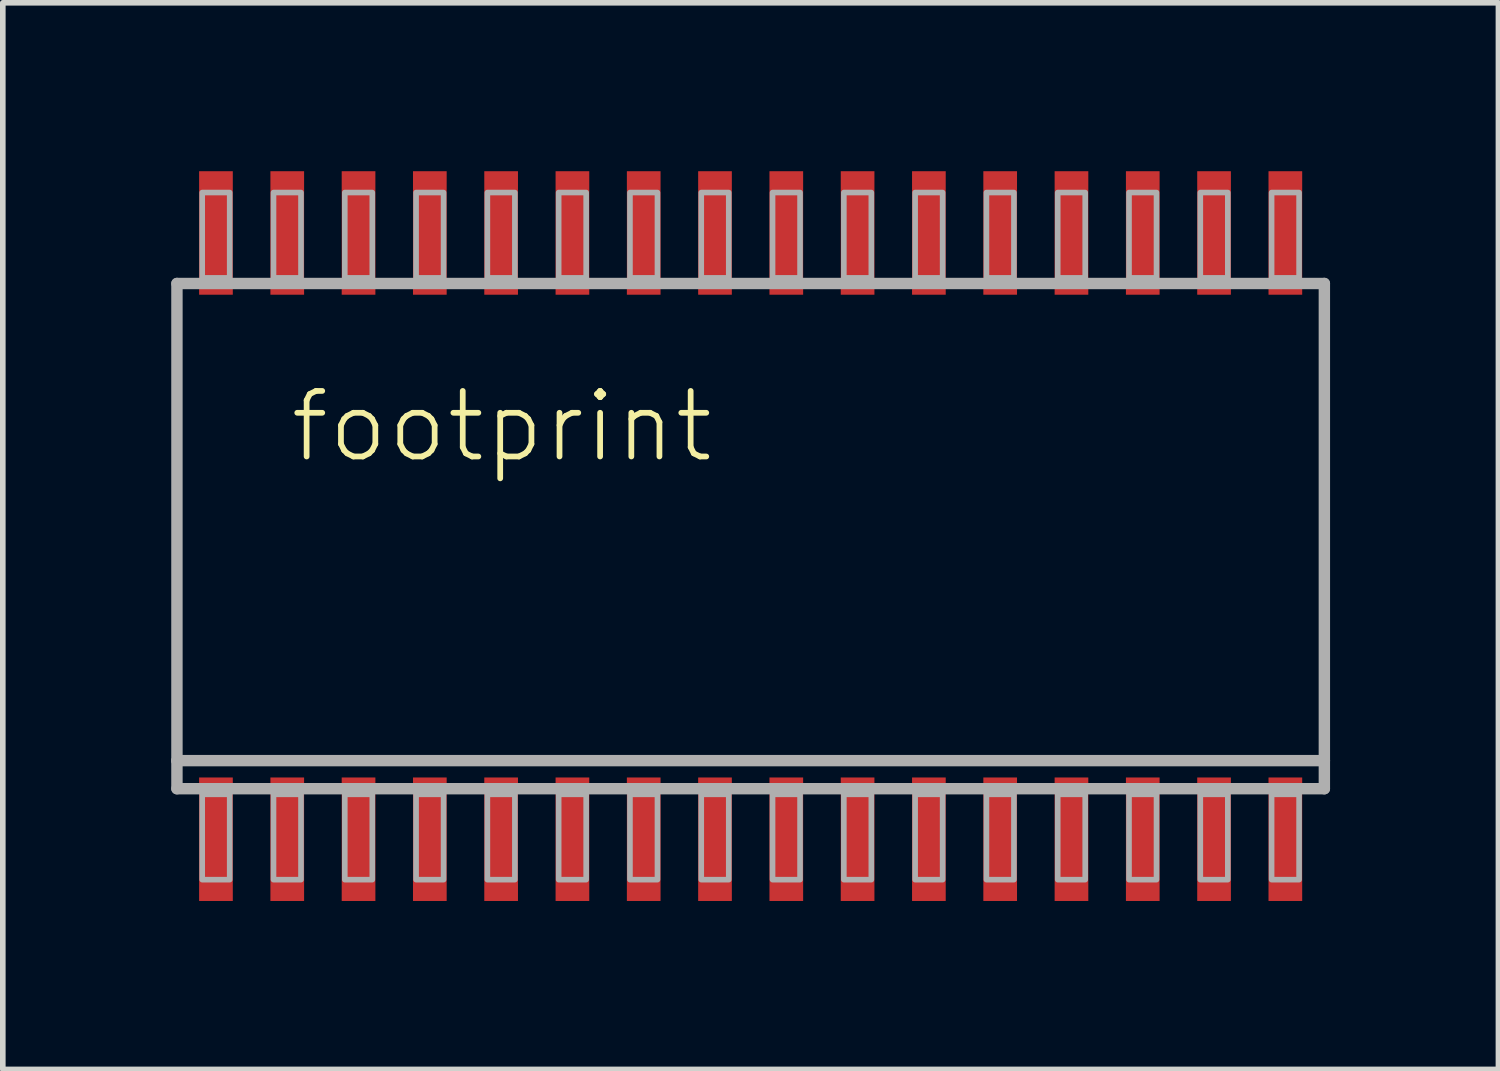
<source format=kicad_pcb>
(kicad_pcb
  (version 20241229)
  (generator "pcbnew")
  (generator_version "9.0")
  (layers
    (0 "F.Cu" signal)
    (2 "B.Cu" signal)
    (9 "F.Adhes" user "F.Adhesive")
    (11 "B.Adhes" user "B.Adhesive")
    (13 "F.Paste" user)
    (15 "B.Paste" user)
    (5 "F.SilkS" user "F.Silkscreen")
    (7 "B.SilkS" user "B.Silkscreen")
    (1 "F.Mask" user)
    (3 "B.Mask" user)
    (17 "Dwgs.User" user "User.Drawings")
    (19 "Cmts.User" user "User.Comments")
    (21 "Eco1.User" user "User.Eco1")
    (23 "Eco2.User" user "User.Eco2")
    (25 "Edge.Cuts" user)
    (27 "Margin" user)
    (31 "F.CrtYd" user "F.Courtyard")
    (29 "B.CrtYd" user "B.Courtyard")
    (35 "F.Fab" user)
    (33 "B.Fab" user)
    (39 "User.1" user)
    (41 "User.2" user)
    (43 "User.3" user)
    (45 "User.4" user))
  (footprint "footprint"
    (layer "F.Cu")
    (at 10.322 6.5)
    (property "Reference" "footprint" (at -8.255 -1.27 0) (layer "F.SilkS") (effects (font (size 1.168 1.168) (thickness 0.102)) (justify left bottom)))
    (fp_line (start -10.22 -4.5) (end 10.22 -4.5) (stroke (width 0.203) (type solid)) (layer "F.Fab"))
    (fp_line (start -10.22 4) (end -10.22 -4.5) (stroke (width 0.203) (type solid)) (layer "F.Fab"))
    (fp_line (start -10.22 4.5) (end -10.22 4) (stroke (width 0.203) (type solid)) (layer "F.Fab"))
    (fp_line (start 10.22 -4.5) (end 10.22 4) (stroke (width 0.203) (type solid)) (layer "F.Fab"))
    (fp_line (start 10.22 4) (end -10.22 4) (stroke (width 0.203) (type solid)) (layer "F.Fab"))
    (fp_line (start 10.22 4) (end 10.22 4.5) (stroke (width 0.203) (type solid)) (layer "F.Fab"))
    (fp_line (start 10.22 4.5) (end -10.22 4.5) (stroke (width 0.203) (type solid)) (layer "F.Fab"))
    (fp_poly (pts (xy -9.77 -4.6) (xy -9.28 -4.6) (xy -9.28 -6.12) (xy -9.77 -6.12)) (stroke (width 0.1) (type solid)) (fill no) (layer "F.Fab"))
    (fp_poly (pts (xy -9.77 6.12) (xy -9.28 6.12) (xy -9.28 4.6) (xy -9.77 4.6)) (stroke (width 0.1) (type solid)) (fill no) (layer "F.Fab"))
    (fp_poly (pts (xy -8.5 -4.6) (xy -8.01 -4.6) (xy -8.01 -6.12) (xy -8.5 -6.12)) (stroke (width 0.1) (type solid)) (fill no) (layer "F.Fab"))
    (fp_poly (pts (xy -8.5 6.12) (xy -8.01 6.12) (xy -8.01 4.6) (xy -8.5 4.6)) (stroke (width 0.1) (type solid)) (fill no) (layer "F.Fab"))
    (fp_poly (pts (xy -7.23 -4.6) (xy -6.74 -4.6) (xy -6.74 -6.12) (xy -7.23 -6.12)) (stroke (width 0.1) (type solid)) (fill no) (layer "F.Fab"))
    (fp_poly (pts (xy -7.23 6.12) (xy -6.74 6.12) (xy -6.74 4.6) (xy -7.23 4.6)) (stroke (width 0.1) (type solid)) (fill no) (layer "F.Fab"))
    (fp_poly (pts (xy -5.96 -4.6) (xy -5.47 -4.6) (xy -5.47 -6.12) (xy -5.96 -6.12)) (stroke (width 0.1) (type solid)) (fill no) (layer "F.Fab"))
    (fp_poly (pts (xy -5.96 6.12) (xy -5.47 6.12) (xy -5.47 4.6) (xy -5.96 4.6)) (stroke (width 0.1) (type solid)) (fill no) (layer "F.Fab"))
    (fp_poly (pts (xy -4.69 -4.6) (xy -4.2 -4.6) (xy -4.2 -6.12) (xy -4.69 -6.12)) (stroke (width 0.1) (type solid)) (fill no) (layer "F.Fab"))
    (fp_poly (pts (xy -4.69 6.12) (xy -4.2 6.12) (xy -4.2 4.6) (xy -4.69 4.6)) (stroke (width 0.1) (type solid)) (fill no) (layer "F.Fab"))
    (fp_poly (pts (xy -3.42 -4.6) (xy -2.93 -4.6) (xy -2.93 -6.12) (xy -3.42 -6.12)) (stroke (width 0.1) (type solid)) (fill no) (layer "F.Fab"))
    (fp_poly (pts (xy -3.42 6.12) (xy -2.93 6.12) (xy -2.93 4.6) (xy -3.42 4.6)) (stroke (width 0.1) (type solid)) (fill no) (layer "F.Fab"))
    (fp_poly (pts (xy -2.15 -4.6) (xy -1.66 -4.6) (xy -1.66 -6.12) (xy -2.15 -6.12)) (stroke (width 0.1) (type solid)) (fill no) (layer "F.Fab"))
    (fp_poly (pts (xy -2.15 6.12) (xy -1.66 6.12) (xy -1.66 4.6) (xy -2.15 4.6)) (stroke (width 0.1) (type solid)) (fill no) (layer "F.Fab"))
    (fp_poly (pts (xy -0.88 -4.6) (xy -0.39 -4.6) (xy -0.39 -6.12) (xy -0.88 -6.12)) (stroke (width 0.1) (type solid)) (fill no) (layer "F.Fab"))
    (fp_poly (pts (xy -0.88 6.12) (xy -0.39 6.12) (xy -0.39 4.6) (xy -0.88 4.6)) (stroke (width 0.1) (type solid)) (fill no) (layer "F.Fab"))
    (fp_poly (pts (xy 0.39 -4.6) (xy 0.88 -4.6) (xy 0.88 -6.12) (xy 0.39 -6.12)) (stroke (width 0.1) (type solid)) (fill no) (layer "F.Fab"))
    (fp_poly (pts (xy 0.39 6.12) (xy 0.88 6.12) (xy 0.88 4.6) (xy 0.39 4.6)) (stroke (width 0.1) (type solid)) (fill no) (layer "F.Fab"))
    (fp_poly (pts (xy 1.66 -4.6) (xy 2.15 -4.6) (xy 2.15 -6.12) (xy 1.66 -6.12)) (stroke (width 0.1) (type solid)) (fill no) (layer "F.Fab"))
    (fp_poly (pts (xy 1.66 6.12) (xy 2.15 6.12) (xy 2.15 4.6) (xy 1.66 4.6)) (stroke (width 0.1) (type solid)) (fill no) (layer "F.Fab"))
    (fp_poly (pts (xy 2.93 -4.6) (xy 3.42 -4.6) (xy 3.42 -6.12) (xy 2.93 -6.12)) (stroke (width 0.1) (type solid)) (fill no) (layer "F.Fab"))
    (fp_poly (pts (xy 2.93 6.12) (xy 3.42 6.12) (xy 3.42 4.6) (xy 2.93 4.6)) (stroke (width 0.1) (type solid)) (fill no) (layer "F.Fab"))
    (fp_poly (pts (xy 4.2 -4.6) (xy 4.69 -4.6) (xy 4.69 -6.12) (xy 4.2 -6.12)) (stroke (width 0.1) (type solid)) (fill no) (layer "F.Fab"))
    (fp_poly (pts (xy 4.2 6.12) (xy 4.69 6.12) (xy 4.69 4.6) (xy 4.2 4.6)) (stroke (width 0.1) (type solid)) (fill no) (layer "F.Fab"))
    (fp_poly (pts (xy 5.47 -4.6) (xy 5.96 -4.6) (xy 5.96 -6.12) (xy 5.47 -6.12)) (stroke (width 0.1) (type solid)) (fill no) (layer "F.Fab"))
    (fp_poly (pts (xy 5.47 6.12) (xy 5.96 6.12) (xy 5.96 4.6) (xy 5.47 4.6)) (stroke (width 0.1) (type solid)) (fill no) (layer "F.Fab"))
    (fp_poly (pts (xy 6.74 -4.6) (xy 7.23 -4.6) (xy 7.23 -6.12) (xy 6.74 -6.12)) (stroke (width 0.1) (type solid)) (fill no) (layer "F.Fab"))
    (fp_poly (pts (xy 6.74 6.12) (xy 7.23 6.12) (xy 7.23 4.6) (xy 6.74 4.6)) (stroke (width 0.1) (type solid)) (fill no) (layer "F.Fab"))
    (fp_poly (pts (xy 8.01 -4.6) (xy 8.5 -4.6) (xy 8.5 -6.12) (xy 8.01 -6.12)) (stroke (width 0.1) (type solid)) (fill no) (layer "F.Fab"))
    (fp_poly (pts (xy 8.01 6.12) (xy 8.5 6.12) (xy 8.5 4.6) (xy 8.01 4.6)) (stroke (width 0.1) (type solid)) (fill no) (layer "F.Fab"))
    (fp_poly (pts (xy 9.28 -4.6) (xy 9.77 -4.6) (xy 9.77 -6.12) (xy 9.28 -6.12)) (stroke (width 0.1) (type solid)) (fill no) (layer "F.Fab"))
    (fp_poly (pts (xy 9.28 6.12) (xy 9.77 6.12) (xy 9.77 4.6) (xy 9.28 4.6)) (stroke (width 0.1) (type solid)) (fill no) (layer "F.Fab"))
    (pad "1" smd rect (at -9.525 5.4) (size 0.6 2.2) (layers "F.Cu" "F.Mask" "F.Paste"))
    (pad "2" smd rect (at -8.255 5.4) (size 0.6 2.2) (layers "F.Cu" "F.Mask" "F.Paste"))
    (pad "3" smd rect (at -6.985 5.4) (size 0.6 2.2) (layers "F.Cu" "F.Mask" "F.Paste"))
    (pad "4" smd rect (at -5.715 5.4) (size 0.6 2.2) (layers "F.Cu" "F.Mask" "F.Paste"))
    (pad "5" smd rect (at -4.445 5.4) (size 0.6 2.2) (layers "F.Cu" "F.Mask" "F.Paste"))
    (pad "6" smd rect (at -3.175 5.4) (size 0.6 2.2) (layers "F.Cu" "F.Mask" "F.Paste"))
    (pad "7" smd rect (at -1.905 5.4) (size 0.6 2.2) (layers "F.Cu" "F.Mask" "F.Paste"))
    (pad "8" smd rect (at -0.635 5.4) (size 0.6 2.2) (layers "F.Cu" "F.Mask" "F.Paste"))
    (pad "9" smd rect (at 0.635 5.4) (size 0.6 2.2) (layers "F.Cu" "F.Mask" "F.Paste"))
    (pad "10" smd rect (at 1.905 5.4) (size 0.6 2.2) (layers "F.Cu" "F.Mask" "F.Paste"))
    (pad "11" smd rect (at 3.175 5.4) (size 0.6 2.2) (layers "F.Cu" "F.Mask" "F.Paste"))
    (pad "12" smd rect (at 4.445 5.4) (size 0.6 2.2) (layers "F.Cu" "F.Mask" "F.Paste"))
    (pad "13" smd rect (at 5.715 5.4) (size 0.6 2.2) (layers "F.Cu" "F.Mask" "F.Paste"))
    (pad "14" smd rect (at 6.985 5.4) (size 0.6 2.2) (layers "F.Cu" "F.Mask" "F.Paste"))
    (pad "15" smd rect (at 8.255 5.4) (size 0.6 2.2) (layers "F.Cu" "F.Mask" "F.Paste"))
    (pad "16" smd rect (at 9.525 5.4) (size 0.6 2.2) (layers "F.Cu" "F.Mask" "F.Paste"))
    (pad "17" smd rect (at 9.525 -5.4) (size 0.6 2.2) (layers "F.Cu" "F.Mask" "F.Paste"))
    (pad "18" smd rect (at 8.255 -5.4) (size 0.6 2.2) (layers "F.Cu" "F.Mask" "F.Paste"))
    (pad "19" smd rect (at 6.985 -5.4) (size 0.6 2.2) (layers "F.Cu" "F.Mask" "F.Paste"))
    (pad "20" smd rect (at 5.715 -5.4) (size 0.6 2.2) (layers "F.Cu" "F.Mask" "F.Paste"))
    (pad "21" smd rect (at 4.445 -5.4) (size 0.6 2.2) (layers "F.Cu" "F.Mask" "F.Paste"))
    (pad "22" smd rect (at 3.175 -5.4) (size 0.6 2.2) (layers "F.Cu" "F.Mask" "F.Paste"))
    (pad "23" smd rect (at 1.905 -5.4) (size 0.6 2.2) (layers "F.Cu" "F.Mask" "F.Paste"))
    (pad "24" smd rect (at 0.635 -5.4) (size 0.6 2.2) (layers "F.Cu" "F.Mask" "F.Paste"))
    (pad "25" smd rect (at -0.635 -5.4) (size 0.6 2.2) (layers "F.Cu" "F.Mask" "F.Paste"))
    (pad "26" smd rect (at -1.905 -5.4) (size 0.6 2.2) (layers "F.Cu" "F.Mask" "F.Paste"))
    (pad "27" smd rect (at -3.175 -5.4) (size 0.6 2.2) (layers "F.Cu" "F.Mask" "F.Paste"))
    (pad "28" smd rect (at -4.445 -5.4) (size 0.6 2.2) (layers "F.Cu" "F.Mask" "F.Paste"))
    (pad "29" smd rect (at -5.715 -5.4) (size 0.6 2.2) (layers "F.Cu" "F.Mask" "F.Paste"))
    (pad "30" smd rect (at -6.985 -5.4) (size 0.6 2.2) (layers "F.Cu" "F.Mask" "F.Paste"))
    (pad "31" smd rect (at -8.255 -5.4) (size 0.6 2.2) (layers "F.Cu" "F.Mask" "F.Paste"))
    (pad "32" smd rect (at -9.525 -5.4) (size 0.6 2.2) (layers "F.Cu" "F.Mask" "F.Paste")))
  (gr_rect
    (start -3 -3)
    (end 23.643 16)
    (stroke (width 0.1) (type default))
    (fill no)
    (layer "Edge.Cuts")))
</source>
